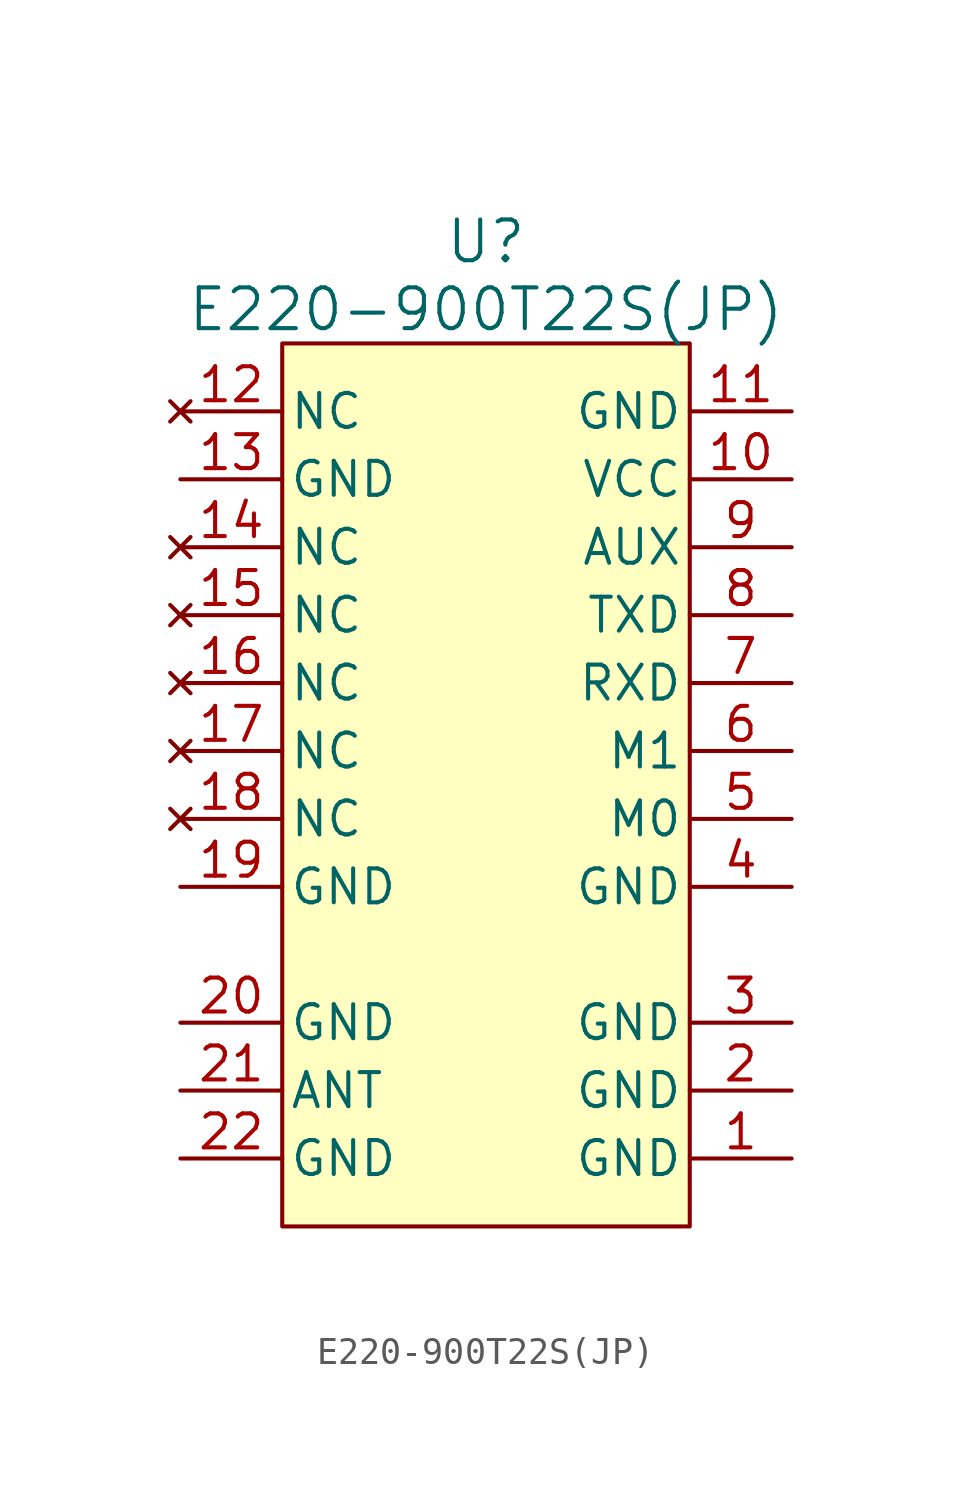
<source format=kicad_sym>
(kicad_symbol_lib
  (version 20211014)
  (generator kicad_symbol_editor)
  (symbol "E220-900T22S(JP)"
    (pin_names
      (offset 0.254))
    (property "Reference" "U"
      (at 0 20.32 0)
      (effects (font (size 1.524 1.524))))
    (property "Value" "E220-900T22S(JP)"
      (at 0 17.78 0)
      (effects (font (size 1.524 1.524))))
    (symbol "E220-900T22S(JP)_0_1"
      (rectangle (start -7.62 16.51) (end 7.62 -16.51) (stroke (width 0) (type default) (color 0 0 0 0)) (fill (type background)))
      (pin power_in line (at 11.43 -13.97 180) (length 3.81) (name "GND" (effects (font (size 1.27 1.27)))) (number "1" (effects (font (size 1.27 1.27)))))
      (pin power_in line (at 11.43 11.43 180) (length 3.81) (name "VCC" (effects (font (size 1.27 1.27)))) (number "10" (effects (font (size 1.27 1.27)))))
      (pin power_in line (at 11.43 13.97 180) (length 3.81) (name "GND" (effects (font (size 1.27 1.27)))) (number "11" (effects (font (size 1.27 1.27)))))
      (pin no_connect line (at -11.43 13.97 0) (length 3.81) (name "NC" (effects (font (size 1.27 1.27)))) (number "12" (effects (font (size 1.27 1.27)))))
      (pin power_in line (at -11.43 11.43 0) (length 3.81) (name "GND" (effects (font (size 1.27 1.27)))) (number "13" (effects (font (size 1.27 1.27)))))
      (pin no_connect line (at -11.43 8.89 0) (length 3.81) (name "NC" (effects (font (size 1.27 1.27)))) (number "14" (effects (font (size 1.27 1.27)))))
      (pin no_connect line (at -11.43 6.35 0) (length 3.81) (name "NC" (effects (font (size 1.27 1.27)))) (number "15" (effects (font (size 1.27 1.27)))))
      (pin no_connect line (at -11.43 3.81 0) (length 3.81) (name "NC" (effects (font (size 1.27 1.27)))) (number "16" (effects (font (size 1.27 1.27)))))
      (pin no_connect line (at -11.43 1.27 0) (length 3.81) (name "NC" (effects (font (size 1.27 1.27)))) (number "17" (effects (font (size 1.27 1.27)))))
      (pin no_connect line (at -11.43 -1.27 0) (length 3.81) (name "NC" (effects (font (size 1.27 1.27)))) (number "18" (effects (font (size 1.27 1.27)))))
      (pin power_in line (at -11.43 -3.81 0) (length 3.81) (name "GND" (effects (font (size 1.27 1.27)))) (number "19" (effects (font (size 1.27 1.27)))))
      (pin power_in line (at 11.43 -11.43 180) (length 3.81) (name "GND" (effects (font (size 1.27 1.27)))) (number "2" (effects (font (size 1.27 1.27)))))
      (pin power_in line (at -11.43 -8.89 0) (length 3.81) (name "GND" (effects (font (size 1.27 1.27)))) (number "20" (effects (font (size 1.27 1.27)))))
      (pin bidirectional line (at -11.43 -11.43 0) (length 3.81) (name "ANT" (effects (font (size 1.27 1.27)))) (number "21" (effects (font (size 1.27 1.27)))))
      (pin power_in line (at -11.43 -13.97 0) (length 3.81) (name "GND" (effects (font (size 1.27 1.27)))) (number "22" (effects (font (size 1.27 1.27)))))
      (pin power_in line (at 11.43 -8.89 180) (length 3.81) (name "GND" (effects (font (size 1.27 1.27)))) (number "3" (effects (font (size 1.27 1.27)))))
      (pin power_in line (at 11.43 -3.81 180) (length 3.81) (name "GND" (effects (font (size 1.27 1.27)))) (number "4" (effects (font (size 1.27 1.27)))))
      (pin input line (at 11.43 -1.27 180) (length 3.81) (name "M0" (effects (font (size 1.27 1.27)))) (number "5" (effects (font (size 1.27 1.27)))))
      (pin input line (at 11.43 1.27 180) (length 3.81) (name "M1" (effects (font (size 1.27 1.27)))) (number "6" (effects (font (size 1.27 1.27)))))
      (pin input line (at 11.43 3.81 180) (length 3.81) (name "RXD" (effects (font (size 1.27 1.27)))) (number "7" (effects (font (size 1.27 1.27)))))
      (pin output line (at 11.43 6.35 180) (length 3.81) (name "TXD" (effects (font (size 1.27 1.27)))) (number "8" (effects (font (size 1.27 1.27)))))
      (pin output line (at 11.43 8.89 180) (length 3.81) (name "AUX" (effects (font (size 1.27 1.27)))) (number "9" (effects (font (size 1.27 1.27))))))))
</source>
